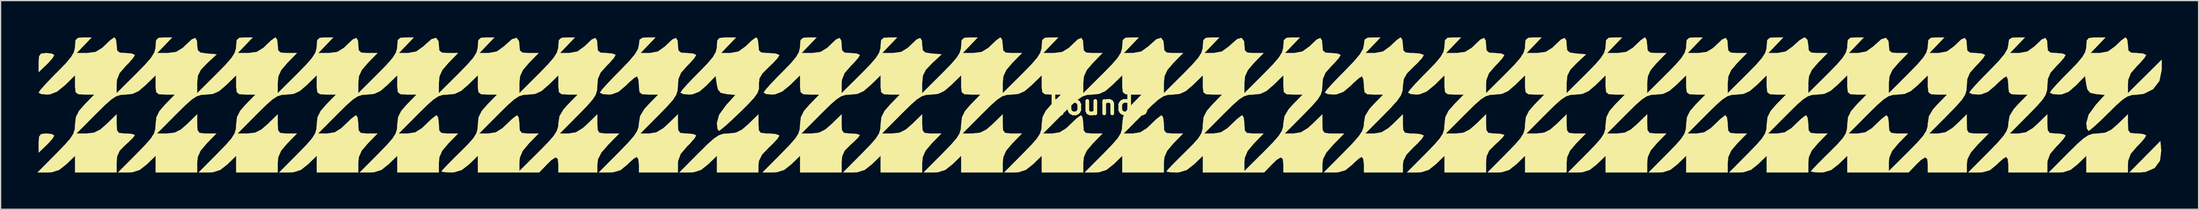
<source format=kicad_pcb>
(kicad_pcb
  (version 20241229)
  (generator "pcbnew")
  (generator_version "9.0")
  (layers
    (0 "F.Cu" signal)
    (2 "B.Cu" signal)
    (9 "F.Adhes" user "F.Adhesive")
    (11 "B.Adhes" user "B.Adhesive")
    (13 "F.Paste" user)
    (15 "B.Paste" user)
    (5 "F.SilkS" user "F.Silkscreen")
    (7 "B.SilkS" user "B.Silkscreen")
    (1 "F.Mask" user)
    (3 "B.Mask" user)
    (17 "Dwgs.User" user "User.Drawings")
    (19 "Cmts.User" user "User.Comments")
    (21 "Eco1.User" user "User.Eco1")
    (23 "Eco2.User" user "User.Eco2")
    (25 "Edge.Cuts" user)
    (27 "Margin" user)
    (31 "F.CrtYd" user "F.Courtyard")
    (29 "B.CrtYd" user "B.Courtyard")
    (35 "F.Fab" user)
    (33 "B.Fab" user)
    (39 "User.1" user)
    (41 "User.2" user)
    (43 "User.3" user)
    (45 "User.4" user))
  (footprint "hounds"
    (layer "F.Cu")
    (at 86.46 5.508)
    (property "Reference" "hounds" (at 0 0 0) (layer "F.SilkS") (effects (font (size 1.524 1.524) (thickness 0.3))))
    (attr through_hole)
    (fp_poly (pts (xy 86.533 3.719) (xy 86.432 4.549) (xy 85.996 5.143) (xy 85.264 5.461) (xy 84.795 5.503) (xy 83.939 5.503) (xy 85.202 4.224) (xy 86.466 2.945) (xy 86.533 3.719)) (stroke (width 0.01) (type solid)) (fill yes) (layer "F.SilkS"))
    (fp_poly (pts (xy -85.279 -4.183) (xy -85.09 -4.063) (xy -85.09 -4.061) (xy -85.23 -3.82) (xy -85.58 -3.424) (xy -85.725 -3.281) (xy -86.36 -2.672) (xy -86.36 -3.453) (xy -86.329 -3.968) (xy -86.168 -4.186) (xy -85.775 -4.233) (xy -85.725 -4.233) (xy -85.279 -4.183)) (stroke (width 0.01) (type solid)) (fill yes) (layer "F.SilkS"))
    (fp_poly (pts (xy -85.279 2.378) (xy -85.09 2.498) (xy -85.09 2.5) (xy -85.23 2.742) (xy -85.58 3.137) (xy -85.725 3.281) (xy -86.36 3.889) (xy -86.36 3.109) (xy -86.329 2.594) (xy -86.168 2.376) (xy -85.775 2.328) (xy -85.725 2.328) (xy -85.279 2.378)) (stroke (width 0.01) (type solid)) (fill yes) (layer "F.SilkS"))
    (fp_poly (pts (xy -27.728 1.545) (xy -27.705 2.046) (xy -27.554 2.269) (xy -27.152 2.326) (xy -26.882 2.328) (xy -26.351 2.37) (xy -26.057 2.473) (xy -26.035 2.515) (xy -26.18 2.751) (xy -26.553 3.156) (xy -26.882 3.467) (xy -27.442 4.056) (xy -27.695 4.569) (xy -27.728 4.868) (xy -27.728 5.503) (xy -31.115 5.503) (xy -31.115 4.15) (xy -31.813 4.827) (xy -32.406 5.296) (xy -33 5.485) (xy -33.342 5.503) (xy -34.174 5.503) (xy -32.597 3.916) (xy -31.871 3.199) (xy -31.351 2.737) (xy -30.953 2.474) (xy -30.595 2.356) (xy -30.191 2.328) (xy -30.177 2.328) (xy -29.577 2.263) (xy -29.07 2.013) (xy -28.531 1.545) (xy -27.728 0.761) (xy -27.728 1.545)) (stroke (width 0.01) (type solid)) (fill yes) (layer "F.SilkS"))
    (fp_poly (pts (xy 83.82 1.545) (xy 83.848 2.06) (xy 84.012 2.279) (xy 84.431 2.328) (xy 84.561 2.328) (xy 85.051 2.371) (xy 85.295 2.476) (xy 85.302 2.498) (xy 85.162 2.733) (xy 84.806 3.14) (xy 84.561 3.387) (xy 84.046 3.991) (xy 83.836 4.56) (xy 83.82 4.804) (xy 83.82 5.503) (xy 80.433 5.503) (xy 80.433 4.15) (xy 79.735 4.827) (xy 79.143 5.296) (xy 78.548 5.485) (xy 78.206 5.503) (xy 77.375 5.503) (xy 78.952 3.916) (xy 79.677 3.199) (xy 80.197 2.737) (xy 80.595 2.474) (xy 80.954 2.356) (xy 81.357 2.328) (xy 81.372 2.328) (xy 81.971 2.263) (xy 82.478 2.013) (xy 83.017 1.545) (xy 83.82 0.761) (xy 83.82 1.545)) (stroke (width 0.01) (type solid)) (fill yes) (layer "F.SilkS"))
    (fp_poly (pts (xy -30.163 -4.868) (xy -30.771 -4.233) (xy -30.03 -4.233) (xy -29.355 -4.359) (xy -28.757 -4.791) (xy -28.681 -4.868) (xy -28.263 -5.265) (xy -27.956 -5.487) (xy -27.9 -5.503) (xy -27.78 -5.319) (xy -27.728 -4.876) (xy -27.728 -4.868) (xy -27.695 -4.461) (xy -27.514 -4.28) (xy -27.063 -4.234) (xy -26.882 -4.233) (xy -26.351 -4.192) (xy -26.057 -4.088) (xy -26.035 -4.046) (xy -26.18 -3.811) (xy -26.554 -3.406) (xy -26.894 -3.083) (xy -27.411 -2.567) (xy -27.653 -2.155) (xy -27.694 -1.712) (xy -27.688 -1.639) (xy -27.692 -1.301) (xy -27.811 -0.971) (xy -28.097 -0.571) (xy -28.603 -0.026) (xy -29.209 0.573) (xy -29.879 1.211) (xy -30.442 1.721) (xy -30.827 2.04) (xy -30.955 2.117) (xy -31.068 1.933) (xy -31.115 1.489) (xy -31.115 1.482) (xy -30.929 0.798) (xy -30.362 0.015) (xy -29.61 -0.818) (xy -30.31 -0.885) (xy -30.804 -0.99) (xy -31.032 -1.271) (xy -31.115 -1.654) (xy -31.221 -2.356) (xy -31.95 -1.602) (xy -32.551 -1.083) (xy -33.107 -0.867) (xy -33.379 -0.847) (xy -33.852 -0.89) (xy -34.076 -0.997) (xy -34.078 -1.011) (xy -33.937 -1.221) (xy -33.557 -1.654) (xy -33.003 -2.236) (xy -32.597 -2.646) (xy -31.888 -3.372) (xy -31.442 -3.901) (xy -31.204 -4.313) (xy -31.119 -4.688) (xy -31.115 -4.81) (xy -31.082 -5.267) (xy -30.898 -5.46) (xy -30.438 -5.503) (xy -30.335 -5.503) (xy -29.554 -5.503) (xy -30.163 -4.868)) (stroke (width 0.01) (type solid)) (fill yes) (layer "F.SilkS"))
    (fp_poly (pts (xy 81.386 -4.868) (xy 80.777 -4.233) (xy 81.518 -4.233) (xy 82.193 -4.359) (xy 82.792 -4.791) (xy 82.868 -4.868) (xy 83.285 -5.265) (xy 83.593 -5.487) (xy 83.648 -5.503) (xy 83.769 -5.319) (xy 83.82 -4.876) (xy 83.82 -4.868) (xy 83.861 -4.442) (xy 84.071 -4.267) (xy 84.561 -4.233) (xy 85.051 -4.191) (xy 85.295 -4.085) (xy 85.302 -4.063) (xy 85.162 -3.828) (xy 84.806 -3.422) (xy 84.561 -3.175) (xy 84.059 -2.595) (xy 83.845 -2.05) (xy 83.82 -1.711) (xy 83.82 -0.965) (xy 85.196 -2.328) (xy 86.572 -3.692) (xy 86.572 -2.863) (xy 86.387 -1.963) (xy 85.877 -1.289) (xy 85.104 -0.905) (xy 84.574 -0.841) (xy 84.146 -0.811) (xy 83.774 -0.689) (xy 83.367 -0.419) (xy 82.836 0.058) (xy 82.245 0.641) (xy 81.604 1.269) (xy 81.067 1.764) (xy 80.707 2.061) (xy 80.605 2.117) (xy 80.484 1.933) (xy 80.433 1.489) (xy 80.433 1.482) (xy 80.619 0.798) (xy 81.186 0.015) (xy 81.938 -0.818) (xy 81.239 -0.885) (xy 80.745 -0.99) (xy 80.517 -1.271) (xy 80.433 -1.654) (xy 80.328 -2.356) (xy 79.598 -1.602) (xy 78.998 -1.083) (xy 78.441 -0.867) (xy 78.169 -0.847) (xy 77.696 -0.89) (xy 77.473 -0.997) (xy 77.47 -1.011) (xy 77.611 -1.221) (xy 77.991 -1.654) (xy 78.545 -2.236) (xy 78.952 -2.646) (xy 79.661 -3.372) (xy 80.106 -3.901) (xy 80.344 -4.313) (xy 80.429 -4.688) (xy 80.433 -4.81) (xy 80.466 -5.267) (xy 80.65 -5.46) (xy 81.11 -5.503) (xy 81.214 -5.503) (xy 81.994 -5.503) (xy 81.386 -4.868)) (stroke (width 0.01) (type solid)) (fill yes) (layer "F.SilkS"))
    (fp_poly (pts (xy -36.724 -4.868) (xy -37.333 -4.233) (xy -36.592 -4.233) (xy -35.917 -4.359) (xy -35.318 -4.791) (xy -35.242 -4.868) (xy -34.745 -5.338) (xy -34.451 -5.464) (xy -34.315 -5.247) (xy -34.29 -4.868) (xy -34.249 -4.442) (xy -34.039 -4.267) (xy -33.549 -4.233) (xy -33.059 -4.191) (xy -32.815 -4.085) (xy -32.808 -4.063) (xy -32.948 -3.828) (xy -33.304 -3.422) (xy -33.549 -3.175) (xy -34.032 -2.63) (xy -34.248 -2.122) (xy -34.29 -1.604) (xy -34.316 -1.187) (xy -34.432 -0.821) (xy -34.693 -0.419) (xy -35.154 0.106) (xy -35.819 0.789) (xy -37.349 2.328) (xy -36.622 2.328) (xy -36.041 2.232) (xy -35.479 1.893) (xy -35.093 1.545) (xy -34.29 0.761) (xy -34.29 1.545) (xy -34.262 2.06) (xy -34.098 2.279) (xy -33.679 2.328) (xy -33.549 2.328) (xy -33.059 2.371) (xy -32.815 2.476) (xy -32.808 2.498) (xy -32.948 2.733) (xy -33.304 3.14) (xy -33.549 3.387) (xy -34.064 3.991) (xy -34.274 4.56) (xy -34.29 4.804) (xy -34.29 5.503) (xy -37.465 5.503) (xy -37.465 4.868) (xy -37.515 4.422) (xy -37.635 4.233) (xy -37.637 4.233) (xy -37.879 4.373) (xy -38.274 4.723) (xy -38.417 4.868) (xy -38.97 5.321) (xy -39.578 5.492) (xy -39.881 5.503) (xy -40.736 5.503) (xy -39.1 3.858) (xy -38.361 3.096) (xy -37.88 2.544) (xy -37.606 2.126) (xy -37.486 1.764) (xy -37.465 1.486) (xy -37.369 0.905) (xy -37.03 0.343) (xy -36.681 -0.044) (xy -35.897 -0.847) (xy -36.681 -0.847) (xy -37.197 -0.875) (xy -37.415 -1.038) (xy -37.464 -1.457) (xy -37.465 -1.587) (xy -37.508 -2.077) (xy -37.613 -2.322) (xy -37.635 -2.328) (xy -37.87 -2.188) (xy -38.276 -1.832) (xy -38.523 -1.587) (xy -39.128 -1.073) (xy -39.696 -0.863) (xy -39.941 -0.847) (xy -40.414 -0.89) (xy -40.637 -0.996) (xy -40.64 -1.011) (xy -40.499 -1.219) (xy -40.116 -1.652) (xy -39.556 -2.243) (xy -39.053 -2.752) (xy -38.283 -3.546) (xy -37.792 -4.133) (xy -37.535 -4.575) (xy -37.465 -4.916) (xy -37.411 -5.325) (xy -37.164 -5.482) (xy -36.79 -5.503) (xy -36.116 -5.503) (xy -36.724 -4.868)) (stroke (width 0.01) (type solid)) (fill yes) (layer "F.SilkS"))
    (fp_poly (pts (xy 74.824 -4.868) (xy 74.216 -4.233) (xy 74.957 -4.233) (xy 75.632 -4.359) (xy 76.23 -4.791) (xy 76.306 -4.868) (xy 76.803 -5.338) (xy 77.098 -5.464) (xy 77.233 -5.247) (xy 77.258 -4.868) (xy 77.3 -4.442) (xy 77.509 -4.267) (xy 77.999 -4.233) (xy 78.489 -4.191) (xy 78.734 -4.085) (xy 78.74 -4.063) (xy 78.6 -3.828) (xy 78.244 -3.422) (xy 77.999 -3.175) (xy 77.516 -2.63) (xy 77.3 -2.122) (xy 77.258 -1.604) (xy 77.232 -1.187) (xy 77.116 -0.821) (xy 76.855 -0.419) (xy 76.394 0.106) (xy 75.729 0.789) (xy 74.2 2.328) (xy 74.926 2.328) (xy 75.507 2.232) (xy 76.069 1.893) (xy 76.456 1.545) (xy 77.258 0.761) (xy 77.258 1.545) (xy 77.286 2.06) (xy 77.45 2.279) (xy 77.869 2.328) (xy 77.999 2.328) (xy 78.489 2.371) (xy 78.734 2.476) (xy 78.74 2.498) (xy 78.6 2.733) (xy 78.244 3.14) (xy 77.999 3.387) (xy 77.484 3.991) (xy 77.274 4.56) (xy 77.258 4.804) (xy 77.258 5.503) (xy 74.083 5.503) (xy 74.083 4.868) (xy 74.033 4.422) (xy 73.913 4.233) (xy 73.911 4.233) (xy 73.67 4.373) (xy 73.274 4.723) (xy 73.131 4.868) (xy 72.579 5.321) (xy 71.97 5.492) (xy 71.667 5.503) (xy 70.812 5.503) (xy 72.448 3.858) (xy 73.188 3.096) (xy 73.668 2.544) (xy 73.942 2.126) (xy 74.063 1.764) (xy 74.083 1.486) (xy 74.179 0.905) (xy 74.518 0.343) (xy 74.867 -0.044) (xy 75.651 -0.847) (xy 74.867 -0.847) (xy 74.352 -0.875) (xy 74.133 -1.038) (xy 74.084 -1.457) (xy 74.083 -1.587) (xy 74.041 -2.077) (xy 73.935 -2.322) (xy 73.913 -2.328) (xy 73.678 -2.188) (xy 73.272 -1.832) (xy 73.025 -1.587) (xy 72.421 -1.073) (xy 71.852 -0.863) (xy 71.608 -0.847) (xy 71.135 -0.89) (xy 70.911 -0.996) (xy 70.908 -1.011) (xy 71.05 -1.219) (xy 71.432 -1.652) (xy 71.992 -2.243) (xy 72.496 -2.752) (xy 73.266 -3.546) (xy 73.756 -4.133) (xy 74.013 -4.575) (xy 74.083 -4.916) (xy 74.137 -5.325) (xy 74.385 -5.482) (xy 74.758 -5.503) (xy 75.433 -5.503) (xy 74.824 -4.868)) (stroke (width 0.01) (type solid)) (fill yes) (layer "F.SilkS"))
    (fp_poly (pts (xy 22.331 -4.868) (xy 21.722 -4.233) (xy 22.463 -4.233) (xy 23.138 -4.359) (xy 23.737 -4.791) (xy 23.812 -4.868) (xy 24.23 -5.265) (xy 24.538 -5.487) (xy 24.593 -5.503) (xy 24.714 -5.319) (xy 24.765 -4.876) (xy 24.765 -4.868) (xy 24.798 -4.461) (xy 24.98 -4.28) (xy 25.43 -4.234) (xy 25.612 -4.233) (xy 26.142 -4.192) (xy 26.437 -4.088) (xy 26.458 -4.046) (xy 26.313 -3.811) (xy 25.94 -3.406) (xy 25.612 -3.094) (xy 25.089 -2.565) (xy 24.835 -2.111) (xy 24.765 -1.578) (xy 24.765 -1.54) (xy 24.732 -1.143) (xy 24.596 -0.773) (xy 24.301 -0.348) (xy 23.793 0.218) (xy 23.236 0.789) (xy 21.706 2.328) (xy 22.433 2.328) (xy 23.014 2.232) (xy 23.576 1.893) (xy 23.962 1.545) (xy 24.765 0.761) (xy 24.765 1.545) (xy 24.788 2.046) (xy 24.94 2.269) (xy 25.341 2.326) (xy 25.612 2.328) (xy 26.142 2.37) (xy 26.437 2.473) (xy 26.458 2.515) (xy 26.313 2.751) (xy 25.94 3.156) (xy 25.612 3.467) (xy 25.052 4.056) (xy 24.799 4.569) (xy 24.765 4.868) (xy 24.765 5.503) (xy 21.59 5.503) (xy 21.59 4.868) (xy 21.54 4.422) (xy 21.42 4.233) (xy 21.418 4.233) (xy 21.176 4.373) (xy 20.781 4.723) (xy 20.637 4.868) (xy 20.085 5.321) (xy 19.477 5.492) (xy 19.174 5.503) (xy 18.319 5.503) (xy 19.955 3.858) (xy 20.694 3.096) (xy 21.175 2.544) (xy 21.449 2.126) (xy 21.569 1.764) (xy 21.59 1.486) (xy 21.686 0.905) (xy 22.025 0.343) (xy 22.374 -0.044) (xy 23.158 -0.847) (xy 22.374 -0.847) (xy 21.858 -0.875) (xy 21.64 -1.038) (xy 21.591 -1.457) (xy 21.59 -1.587) (xy 21.547 -2.077) (xy 21.442 -2.322) (xy 21.42 -2.328) (xy 21.185 -2.188) (xy 20.779 -1.832) (xy 20.532 -1.587) (xy 19.927 -1.073) (xy 19.359 -0.863) (xy 19.114 -0.847) (xy 18.641 -0.89) (xy 18.418 -0.996) (xy 18.415 -1.011) (xy 18.556 -1.219) (xy 18.939 -1.652) (xy 19.499 -2.243) (xy 20.003 -2.752) (xy 20.772 -3.546) (xy 21.263 -4.133) (xy 21.52 -4.575) (xy 21.59 -4.916) (xy 21.644 -5.325) (xy 21.891 -5.482) (xy 22.265 -5.503) (xy 22.939 -5.503) (xy 22.331 -4.868)) (stroke (width 0.01) (type solid)) (fill yes) (layer "F.SilkS"))
    (fp_poly (pts (xy -23.601 -4.868) (xy -24.209 -4.233) (xy -23.363 -4.233) (xy -22.671 -4.323) (xy -22.122 -4.659) (xy -21.907 -4.868) (xy -21.41 -5.338) (xy -21.116 -5.464) (xy -20.98 -5.247) (xy -20.955 -4.868) (xy -20.914 -4.442) (xy -20.704 -4.267) (xy -20.214 -4.233) (xy -19.724 -4.191) (xy -19.48 -4.085) (xy -19.473 -4.063) (xy -19.613 -3.828) (xy -19.969 -3.422) (xy -20.214 -3.175) (xy -20.716 -2.595) (xy -20.929 -2.051) (xy -20.955 -1.71) (xy -20.955 -0.963) (xy -19.367 -2.54) (xy -18.632 -3.291) (xy -18.16 -3.836) (xy -17.898 -4.253) (xy -17.791 -4.617) (xy -17.78 -4.81) (xy -17.739 -5.286) (xy -17.531 -5.473) (xy -17.105 -5.503) (xy -16.431 -5.503) (xy -17.039 -4.868) (xy -17.648 -4.233) (xy -16.801 -4.233) (xy -16.109 -4.323) (xy -15.561 -4.659) (xy -15.346 -4.868) (xy -14.848 -5.338) (xy -14.553 -5.465) (xy -14.418 -5.249) (xy -14.393 -4.881) (xy -14.349 -4.468) (xy -14.135 -4.275) (xy -13.626 -4.195) (xy -13.6 -4.193) (xy -12.806 -4.128) (xy -13.6 -3.388) (xy -14.1 -2.86) (xy -14.335 -2.389) (xy -14.393 -1.806) (xy -14.393 -0.963) (xy -12.806 -2.54) (xy -12.071 -3.291) (xy -11.598 -3.836) (xy -11.336 -4.253) (xy -11.23 -4.617) (xy -11.218 -4.81) (xy -11.177 -5.286) (xy -10.969 -5.473) (xy -10.544 -5.503) (xy -9.869 -5.503) (xy -10.477 -4.868) (xy -11.086 -4.233) (xy -10.239 -4.233) (xy -9.548 -4.323) (xy -8.999 -4.659) (xy -8.784 -4.868) (xy -8.366 -5.265) (xy -8.059 -5.487) (xy -8.004 -5.503) (xy -7.883 -5.319) (xy -7.832 -4.876) (xy -7.832 -4.868) (xy -7.794 -4.45) (xy -7.597 -4.272) (xy -7.115 -4.233) (xy -7.048 -4.233) (xy -6.264 -4.233) (xy -7.048 -3.431) (xy -7.545 -2.85) (xy -7.779 -2.339) (xy -7.832 -1.796) (xy -7.832 -0.963) (xy -6.244 -2.54) (xy -5.509 -3.291) (xy -5.037 -3.836) (xy -4.774 -4.253) (xy -4.668 -4.617) (xy -4.657 -4.81) (xy -4.616 -5.286) (xy -4.407 -5.473) (xy -3.982 -5.503) (xy -3.307 -5.503) (xy -3.916 -4.868) (xy -4.524 -4.233) (xy -3.678 -4.233) (xy -2.986 -4.323) (xy -2.437 -4.659) (xy -2.223 -4.868) (xy -1.725 -5.338) (xy -1.431 -5.464) (xy -1.295 -5.247) (xy -1.27 -4.868) (xy -1.232 -4.45) (xy -1.035 -4.272) (xy -0.553 -4.233) (xy -0.486 -4.233) (xy 0.298 -4.233) (xy -0.486 -3.431) (xy -0.984 -2.85) (xy -1.217 -2.339) (xy -1.27 -1.796) (xy -1.27 -0.963) (xy 0.318 -2.54) (xy 1.053 -3.291) (xy 1.525 -3.836) (xy 1.787 -4.253) (xy 1.894 -4.617) (xy 1.905 -4.81) (xy 1.946 -5.286) (xy 2.154 -5.473) (xy 2.58 -5.503) (xy 3.254 -5.503) (xy 2.646 -4.868) (xy 2.037 -4.233) (xy 2.778 -4.233) (xy 3.453 -4.359) (xy 4.052 -4.791) (xy 4.128 -4.868) (xy 4.688 -5.36) (xy 5.066 -5.472) (xy 5.261 -5.203) (xy 5.292 -4.868) (xy 5.329 -4.45) (xy 5.526 -4.272) (xy 6.008 -4.233) (xy 6.075 -4.233) (xy 6.859 -4.233) (xy 6.075 -3.431) (xy 5.578 -2.85) (xy 5.345 -2.339) (xy 5.292 -1.796) (xy 5.292 -0.963) (xy 6.879 -2.54) (xy 7.614 -3.291) (xy 8.087 -3.836) (xy 8.349 -4.253) (xy 8.455 -4.617) (xy 8.467 -4.81) (xy 8.508 -5.286) (xy 8.716 -5.473) (xy 9.141 -5.503) (xy 9.816 -5.503) (xy 9.207 -4.868) (xy 8.599 -4.233) (xy 9.34 -4.233) (xy 10.015 -4.359) (xy 10.613 -4.791) (xy 10.689 -4.868) (xy 11.25 -5.36) (xy 11.627 -5.472) (xy 11.823 -5.203) (xy 11.853 -4.868) (xy 11.891 -4.45) (xy 12.088 -4.272) (xy 12.57 -4.233) (xy 12.637 -4.233) (xy 13.421 -4.233) (xy 12.637 -3.431) (xy 12.14 -2.85) (xy 11.906 -2.339) (xy 11.853 -1.796) (xy 11.853 -0.964) (xy 13.438 -2.546) (xy 14.174 -3.302) (xy 14.647 -3.852) (xy 14.91 -4.274) (xy 15.015 -4.641) (xy 15.026 -4.815) (xy 15.069 -5.289) (xy 15.283 -5.474) (xy 15.703 -5.503) (xy 16.378 -5.503) (xy 15.769 -4.868) (xy 15.161 -4.233) (xy 15.902 -4.233) (xy 16.576 -4.359) (xy 17.175 -4.791) (xy 17.251 -4.868) (xy 17.748 -5.338) (xy 18.043 -5.464) (xy 18.178 -5.247) (xy 18.203 -4.868) (xy 18.245 -4.442) (xy 18.454 -4.267) (xy 18.944 -4.233) (xy 19.434 -4.191) (xy 19.679 -4.085) (xy 19.685 -4.063) (xy 19.545 -3.828) (xy 19.189 -3.422) (xy 18.944 -3.175) (xy 18.461 -2.63) (xy 18.245 -2.122) (xy 18.203 -1.604) (xy 18.177 -1.187) (xy 18.061 -0.821) (xy 17.8 -0.419) (xy 17.339 0.106) (xy 16.674 0.789) (xy 15.145 2.328) (xy 15.871 2.328) (xy 16.452 2.232) (xy 17.014 1.893) (xy 17.401 1.545) (xy 18.203 0.761) (xy 18.203 1.545) (xy 18.224 2.038) (xy 18.367 2.263) (xy 18.749 2.325) (xy 19.094 2.328) (xy 19.985 2.328) (xy 19.094 3.236) (xy 18.533 3.88) (xy 18.26 4.412) (xy 18.203 4.823) (xy 18.203 5.503) (xy 15.028 5.503) (xy 15.028 4.868) (xy 14.981 4.399) (xy 14.807 4.273) (xy 14.464 4.489) (xy 14.076 4.868) (xy 13.467 5.503) (xy 8.467 5.503) (xy 8.467 4.15) (xy 7.769 4.827) (xy 7.155 5.306) (xy 6.54 5.492) (xy 6.287 5.503) (xy 5.78 5.483) (xy 5.515 5.433) (xy 5.503 5.419) (xy 5.645 5.244) (xy 6.026 4.844) (xy 6.58 4.285) (xy 6.985 3.886) (xy 7.677 3.194) (xy 8.113 2.699) (xy 8.341 2.328) (xy 8.583 2.328) (xy 9.33 2.328) (xy 9.926 2.236) (xy 10.465 1.901) (xy 10.795 1.587) (xy 11.246 1.155) (xy 11.586 0.888) (xy 11.683 0.847) (xy 11.796 1.033) (xy 11.852 1.491) (xy 11.853 1.587) (xy 11.883 2.075) (xy 12.056 2.281) (xy 12.499 2.328) (xy 12.637 2.328) (xy 13.421 2.328) (xy 12.637 3.131) (xy 12.117 3.753) (xy 11.886 4.305) (xy 11.853 4.66) (xy 11.853 5.387) (xy 13.441 3.81) (xy 14.169 3.069) (xy 14.637 2.534) (xy 14.899 2.124) (xy 15.011 1.761) (xy 15.028 1.496) (xy 15.121 0.915) (xy 15.449 0.36) (xy 15.812 -0.044) (xy 16.596 -0.847) (xy 15.812 -0.847) (xy 15.297 -0.874) (xy 15.078 -1.04) (xy 15.029 -1.471) (xy 15.028 -1.63) (xy 15.028 -2.414) (xy 14.226 -1.63) (xy 13.648 -1.135) (xy 13.14 -0.901) (xy 12.58 -0.847) (xy 12.174 -0.821) (xy 11.815 -0.707) (xy 11.419 -0.449) (xy 10.905 0.006) (xy 10.187 0.714) (xy 10.16 0.741) (xy 8.583 2.328) (xy 8.341 2.328) (xy 8.352 2.311) (xy 8.45 1.942) (xy 8.467 1.598) (xy 8.532 1) (xy 8.784 0.492) (xy 9.25 -0.044) (xy 10.034 -0.847) (xy 9.25 -0.847) (xy 8.735 -0.874) (xy 8.517 -1.04) (xy 8.467 -1.471) (xy 8.467 -1.63) (xy 8.467 -2.414) (xy 7.664 -1.63) (xy 7.087 -1.135) (xy 6.578 -0.901) (xy 6.018 -0.847) (xy 5.612 -0.821) (xy 5.253 -0.707) (xy 4.858 -0.449) (xy 4.343 0.006) (xy 3.625 0.714) (xy 3.598 0.741) (xy 2.021 2.328) (xy 2.768 2.328) (xy 3.364 2.236) (xy 3.904 1.901) (xy 4.233 1.587) (xy 4.684 1.155) (xy 5.025 0.888) (xy 5.122 0.847) (xy 5.234 1.033) (xy 5.29 1.491) (xy 5.292 1.587) (xy 5.321 2.075) (xy 5.494 2.281) (xy 5.938 2.328) (xy 6.075 2.328) (xy 6.859 2.328) (xy 6.075 3.131) (xy 5.57 3.727) (xy 5.337 4.253) (xy 5.292 4.719) (xy 5.292 5.503) (xy 1.905 5.503) (xy 1.905 4.15) (xy 1.207 4.827) (xy 0.614 5.296) (xy 0.02 5.485) (xy -0.322 5.503) (xy -1.154 5.503) (xy 0.376 3.964) (xy 1.077 3.242) (xy 1.525 2.725) (xy 1.776 2.325) (xy 1.884 1.958) (xy 1.905 1.591) (xy 1.972 0.995) (xy 2.228 0.485) (xy 2.689 -0.044) (xy 3.473 -0.847) (xy 2.689 -0.847) (xy 2.174 -0.874) (xy 1.955 -1.04) (xy 1.906 -1.471) (xy 1.905 -1.63) (xy 1.905 -2.414) (xy 1.102 -1.63) (xy 0.525 -1.135) (xy 0.017 -0.901) (xy -0.543 -0.847) (xy -0.95 -0.821) (xy -1.309 -0.707) (xy -1.704 -0.449) (xy -2.219 0.006) (xy -2.937 0.714) (xy -2.963 0.741) (xy -4.54 2.328) (xy -3.793 2.328) (xy -3.198 2.236) (xy -2.658 1.901) (xy -2.328 1.587) (xy -1.877 1.155) (xy -1.537 0.888) (xy -1.44 0.847) (xy -1.328 1.033) (xy -1.271 1.491) (xy -1.27 1.587) (xy -1.24 2.075) (xy -1.067 2.281) (xy -0.624 2.328) (xy -0.486 2.328) (xy 0.298 2.328) (xy -0.486 3.131) (xy -0.992 3.727) (xy -1.225 4.253) (xy -1.27 4.719) (xy -1.27 5.503) (xy -4.657 5.503) (xy -4.657 4.15) (xy -5.355 4.827) (xy -5.947 5.296) (xy -6.542 5.485) (xy -6.884 5.503) (xy -7.715 5.503) (xy -6.186 3.964) (xy -5.485 3.242) (xy -5.036 2.725) (xy -4.786 2.325) (xy -4.678 1.958) (xy -4.657 1.591) (xy -4.59 0.995) (xy -4.334 0.485) (xy -3.873 -0.044) (xy -3.089 -0.847) (xy -3.873 -0.847) (xy -4.388 -0.874) (xy -4.607 -1.04) (xy -4.656 -1.471) (xy -4.657 -1.63) (xy -4.657 -2.414) (xy -5.459 -1.63) (xy -6.037 -1.135) (xy -6.545 -0.901) (xy -7.105 -0.847) (xy -7.511 -0.821) (xy -7.87 -0.707) (xy -8.266 -0.449) (xy -8.78 0.006) (xy -9.498 0.714) (xy -9.525 0.741) (xy -11.102 2.328) (xy -10.269 2.328) (xy -9.673 2.261) (xy -9.163 2.005) (xy -8.634 1.545) (xy -7.832 0.761) (xy -7.832 1.545) (xy -7.805 2.06) (xy -7.639 2.278) (xy -7.207 2.328) (xy -7.048 2.328) (xy -6.264 2.328) (xy -7.048 3.131) (xy -7.553 3.727) (xy -7.787 4.253) (xy -7.832 4.719) (xy -7.832 5.503) (xy -11.218 5.503) (xy -11.218 4.15) (xy -11.916 4.827) (xy -12.509 5.296) (xy -13.104 5.485) (xy -13.446 5.503) (xy -14.277 5.503) (xy -12.748 3.964) (xy -12.046 3.242) (xy -11.598 2.725) (xy -11.348 2.325) (xy -11.24 1.958) (xy -11.218 1.591) (xy -11.151 0.995) (xy -10.896 0.485) (xy -10.435 -0.044) (xy -9.651 -0.847) (xy -10.435 -0.847) (xy -10.95 -0.874) (xy -11.168 -1.04) (xy -11.218 -1.471) (xy -11.218 -1.63) (xy -11.218 -2.414) (xy -12.021 -1.63) (xy -12.598 -1.135) (xy -13.107 -0.901) (xy -13.667 -0.847) (xy -14.073 -0.821) (xy -14.432 -0.707) (xy -14.827 -0.449) (xy -15.342 0.006) (xy -16.06 0.714) (xy -16.087 0.741) (xy -17.664 2.328) (xy -16.831 2.328) (xy -16.234 2.261) (xy -15.724 2.005) (xy -15.196 1.545) (xy -14.393 0.761) (xy -14.393 1.545) (xy -14.366 2.06) (xy -14.2 2.278) (xy -13.769 2.328) (xy -13.61 2.328) (xy -12.826 2.328) (xy -13.61 3.131) (xy -14.115 3.727) (xy -14.348 4.253) (xy -14.393 4.719) (xy -14.393 5.503) (xy -17.78 5.503) (xy -17.78 4.15) (xy -18.478 4.827) (xy -19.071 5.296) (xy -19.665 5.485) (xy -20.007 5.503) (xy -20.839 5.503) (xy -19.309 3.964) (xy -18.608 3.242) (xy -18.16 2.725) (xy -17.909 2.325) (xy -17.801 1.958) (xy -17.78 1.591) (xy -17.713 0.995) (xy -17.457 0.485) (xy -16.996 -0.044) (xy -16.212 -0.847) (xy -16.996 -0.847) (xy -17.511 -0.874) (xy -17.73 -1.04) (xy -17.779 -1.471) (xy -17.78 -1.63) (xy -17.78 -2.414) (xy -18.583 -1.63) (xy -19.16 -1.135) (xy -19.668 -0.901) (xy -20.228 -0.847) (xy -20.635 -0.821) (xy -20.994 -0.707) (xy -21.389 -0.449) (xy -21.904 0.006) (xy -22.622 0.714) (xy -22.648 0.741) (xy -24.225 2.328) (xy -23.393 2.328) (xy -22.796 2.261) (xy -22.286 2.005) (xy -21.758 1.545) (xy -20.955 0.761) (xy -20.955 1.545) (xy -20.927 2.06) (xy -20.763 2.279) (xy -20.344 2.328) (xy -20.214 2.328) (xy -19.724 2.362) (xy -19.48 2.446) (xy -19.473 2.463) (xy -19.62 2.669) (xy -19.992 3.035) (xy -20.214 3.231) (xy -20.702 3.721) (xy -20.916 4.197) (xy -20.955 4.684) (xy -20.955 5.503) (xy -24.342 5.503) (xy -24.342 4.15) (xy -25.04 4.827) (xy -25.632 5.296) (xy -26.227 5.485) (xy -26.569 5.503) (xy -27.4 5.503) (xy -25.871 3.964) (xy -25.17 3.242) (xy -24.721 2.725) (xy -24.471 2.325) (xy -24.363 1.958) (xy -24.342 1.591) (xy -24.275 0.995) (xy -24.019 0.485) (xy -23.558 -0.044) (xy -22.774 -0.847) (xy -23.558 -0.847) (xy -24.073 -0.874) (xy -24.292 -1.04) (xy -24.341 -1.471) (xy -24.342 -1.63) (xy -24.342 -2.414) (xy -25.144 -1.63) (xy -25.797 -1.094) (xy -26.376 -0.866) (xy -26.626 -0.847) (xy -27.091 -0.891) (xy -27.304 -1) (xy -27.305 -1.011) (xy -27.164 -1.221) (xy -26.784 -1.654) (xy -26.23 -2.236) (xy -25.823 -2.646) (xy -25.114 -3.372) (xy -24.669 -3.901) (xy -24.431 -4.313) (xy -24.346 -4.688) (xy -24.342 -4.81) (xy -24.301 -5.286) (xy -24.093 -5.473) (xy -23.667 -5.503) (xy -22.992 -5.503) (xy -23.601 -4.868)) (stroke (width 0.01) (type solid)) (fill yes) (layer "F.SilkS"))
    (fp_poly (pts (xy 28.892 -4.868) (xy 28.284 -4.233) (xy 29.131 -4.233) (xy 29.822 -4.323) (xy 30.371 -4.659) (xy 30.586 -4.868) (xy 31.083 -5.338) (xy 31.378 -5.464) (xy 31.513 -5.247) (xy 31.538 -4.868) (xy 31.58 -4.442) (xy 31.789 -4.267) (xy 32.279 -4.233) (xy 32.769 -4.191) (xy 33.014 -4.085) (xy 33.02 -4.063) (xy 32.88 -3.828) (xy 32.524 -3.422) (xy 32.279 -3.175) (xy 31.778 -2.595) (xy 31.564 -2.051) (xy 31.538 -1.71) (xy 31.538 -0.963) (xy 33.126 -2.54) (xy 33.861 -3.291) (xy 34.333 -3.836) (xy 34.596 -4.253) (xy 34.702 -4.617) (xy 34.713 -4.81) (xy 34.754 -5.286) (xy 34.963 -5.473) (xy 35.388 -5.503) (xy 36.063 -5.503) (xy 35.454 -4.868) (xy 34.846 -4.233) (xy 35.692 -4.233) (xy 36.384 -4.323) (xy 36.933 -4.659) (xy 37.148 -4.868) (xy 37.645 -5.338) (xy 37.94 -5.465) (xy 38.076 -5.249) (xy 38.1 -4.881) (xy 38.144 -4.468) (xy 38.358 -4.275) (xy 38.867 -4.195) (xy 38.894 -4.193) (xy 39.688 -4.128) (xy 38.894 -3.388) (xy 38.394 -2.86) (xy 38.159 -2.389) (xy 38.1 -1.806) (xy 38.1 -0.963) (xy 39.688 -2.54) (xy 40.423 -3.291) (xy 40.895 -3.836) (xy 41.157 -4.253) (xy 41.264 -4.617) (xy 41.275 -4.81) (xy 41.316 -5.286) (xy 41.524 -5.473) (xy 41.95 -5.503) (xy 42.624 -5.503) (xy 42.016 -4.868) (xy 41.407 -4.233) (xy 42.254 -4.233) (xy 42.946 -4.323) (xy 43.494 -4.659) (xy 43.709 -4.868) (xy 44.127 -5.265) (xy 44.434 -5.487) (xy 44.49 -5.503) (xy 44.61 -5.319) (xy 44.662 -4.876) (xy 44.662 -4.868) (xy 44.699 -4.45) (xy 44.896 -4.272) (xy 45.378 -4.233) (xy 45.445 -4.233) (xy 46.229 -4.233) (xy 45.445 -3.431) (xy 44.948 -2.85) (xy 44.715 -2.339) (xy 44.662 -1.796) (xy 44.662 -0.963) (xy 46.249 -2.54) (xy 46.984 -3.291) (xy 47.457 -3.836) (xy 47.719 -4.253) (xy 47.825 -4.617) (xy 47.837 -4.81) (xy 47.878 -5.286) (xy 48.086 -5.473) (xy 48.511 -5.503) (xy 49.186 -5.503) (xy 48.578 -4.868) (xy 47.969 -4.233) (xy 48.816 -4.233) (xy 49.507 -4.323) (xy 50.056 -4.659) (xy 50.271 -4.868) (xy 50.768 -5.338) (xy 51.063 -5.464) (xy 51.198 -5.247) (xy 51.223 -4.868) (xy 51.261 -4.45) (xy 51.458 -4.272) (xy 51.94 -4.233) (xy 52.007 -4.233) (xy 52.791 -4.233) (xy 52.007 -3.431) (xy 51.51 -2.85) (xy 51.276 -2.339) (xy 51.223 -1.796) (xy 51.223 -0.963) (xy 52.811 -2.54) (xy 53.546 -3.291) (xy 54.018 -3.836) (xy 54.281 -4.253) (xy 54.387 -4.617) (xy 54.398 -4.81) (xy 54.439 -5.286) (xy 54.648 -5.473) (xy 55.073 -5.503) (xy 55.748 -5.503) (xy 55.139 -4.868) (xy 54.531 -4.233) (xy 55.272 -4.233) (xy 55.947 -4.359) (xy 56.545 -4.791) (xy 56.621 -4.868) (xy 57.066 -5.268) (xy 57.433 -5.488) (xy 57.507 -5.503) (xy 57.715 -5.314) (xy 57.785 -4.868) (xy 57.823 -4.45) (xy 58.02 -4.272) (xy 58.502 -4.233) (xy 58.569 -4.233) (xy 59.353 -4.233) (xy 58.569 -3.431) (xy 58.071 -2.85) (xy 57.838 -2.339) (xy 57.785 -1.796) (xy 57.785 -0.963) (xy 59.373 -2.54) (xy 60.108 -3.291) (xy 60.58 -3.836) (xy 60.842 -4.253) (xy 60.949 -4.617) (xy 60.96 -4.81) (xy 61.001 -5.286) (xy 61.209 -5.473) (xy 61.635 -5.503) (xy 62.309 -5.503) (xy 61.701 -4.868) (xy 61.092 -4.233) (xy 61.833 -4.233) (xy 62.508 -4.359) (xy 63.107 -4.791) (xy 63.182 -4.868) (xy 63.743 -5.36) (xy 64.121 -5.472) (xy 64.316 -5.203) (xy 64.347 -4.868) (xy 64.384 -4.45) (xy 64.581 -4.272) (xy 65.063 -4.233) (xy 65.13 -4.233) (xy 65.914 -4.233) (xy 65.13 -3.431) (xy 64.633 -2.85) (xy 64.4 -2.339) (xy 64.347 -1.796) (xy 64.347 -0.964) (xy 65.931 -2.546) (xy 66.668 -3.302) (xy 67.141 -3.852) (xy 67.403 -4.274) (xy 67.509 -4.641) (xy 67.519 -4.815) (xy 67.563 -5.289) (xy 67.776 -5.474) (xy 68.196 -5.503) (xy 68.871 -5.503) (xy 68.263 -4.868) (xy 67.654 -4.233) (xy 68.395 -4.233) (xy 69.07 -4.359) (xy 69.668 -4.791) (xy 69.744 -4.868) (xy 70.242 -5.338) (xy 70.536 -5.464) (xy 70.672 -5.247) (xy 70.697 -4.868) (xy 70.738 -4.442) (xy 70.947 -4.267) (xy 71.438 -4.233) (xy 71.927 -4.191) (xy 72.172 -4.085) (xy 72.178 -4.063) (xy 72.038 -3.828) (xy 71.682 -3.422) (xy 71.438 -3.175) (xy 70.955 -2.63) (xy 70.738 -2.122) (xy 70.697 -1.604) (xy 70.67 -1.187) (xy 70.554 -0.821) (xy 70.294 -0.419) (xy 69.833 0.106) (xy 69.167 0.789) (xy 67.638 2.328) (xy 68.365 2.328) (xy 68.945 2.232) (xy 69.508 1.893) (xy 69.894 1.545) (xy 70.697 0.761) (xy 70.697 1.545) (xy 70.718 2.038) (xy 70.86 2.263) (xy 71.243 2.325) (xy 71.587 2.328) (xy 72.478 2.328) (xy 71.587 3.236) (xy 71.027 3.88) (xy 70.753 4.412) (xy 70.697 4.823) (xy 70.697 5.503) (xy 67.522 5.503) (xy 67.522 4.868) (xy 67.474 4.399) (xy 67.301 4.273) (xy 66.957 4.489) (xy 66.569 4.868) (xy 65.961 5.503) (xy 60.96 5.503) (xy 60.96 4.15) (xy 60.262 4.827) (xy 59.649 5.306) (xy 59.033 5.492) (xy 58.78 5.503) (xy 58.274 5.483) (xy 58.008 5.433) (xy 57.997 5.419) (xy 58.138 5.244) (xy 58.519 4.844) (xy 59.074 4.285) (xy 59.478 3.886) (xy 60.17 3.194) (xy 60.606 2.699) (xy 60.834 2.328) (xy 61.076 2.328) (xy 61.823 2.328) (xy 62.419 2.236) (xy 62.959 1.901) (xy 63.288 1.587) (xy 63.739 1.155) (xy 64.08 0.888) (xy 64.177 0.847) (xy 64.289 1.033) (xy 64.345 1.491) (xy 64.347 1.587) (xy 64.376 2.075) (xy 64.549 2.281) (xy 64.993 2.328) (xy 65.13 2.328) (xy 65.914 2.328) (xy 65.13 3.131) (xy 64.611 3.753) (xy 64.379 4.305) (xy 64.347 4.66) (xy 64.347 5.387) (xy 65.934 3.81) (xy 66.662 3.069) (xy 67.13 2.534) (xy 67.393 2.124) (xy 67.504 1.761) (xy 67.522 1.496) (xy 67.614 0.915) (xy 67.942 0.36) (xy 68.305 -0.044) (xy 69.089 -0.847) (xy 68.305 -0.847) (xy 67.79 -0.874) (xy 67.572 -1.04) (xy 67.522 -1.471) (xy 67.522 -1.63) (xy 67.522 -2.414) (xy 66.719 -1.63) (xy 66.142 -1.135) (xy 65.633 -0.901) (xy 65.073 -0.847) (xy 64.667 -0.821) (xy 64.308 -0.707) (xy 63.913 -0.449) (xy 63.398 0.006) (xy 62.68 0.714) (xy 62.653 0.741) (xy 61.076 2.328) (xy 60.834 2.328) (xy 60.845 2.311) (xy 60.943 1.942) (xy 60.96 1.598) (xy 61.025 1) (xy 61.277 0.492) (xy 61.744 -0.044) (xy 62.528 -0.847) (xy 61.744 -0.847) (xy 61.229 -0.874) (xy 61.01 -1.04) (xy 60.961 -1.471) (xy 60.96 -1.63) (xy 60.96 -2.414) (xy 60.157 -1.63) (xy 59.58 -1.135) (xy 59.072 -0.901) (xy 58.512 -0.847) (xy 58.105 -0.821) (xy 57.746 -0.707) (xy 57.351 -0.449) (xy 56.836 0.006) (xy 56.118 0.714) (xy 56.092 0.741) (xy 54.515 2.328) (xy 55.262 2.328) (xy 55.857 2.236) (xy 56.397 1.901) (xy 56.727 1.587) (xy 57.178 1.155) (xy 57.518 0.888) (xy 57.615 0.847) (xy 57.727 1.033) (xy 57.784 1.491) (xy 57.785 1.587) (xy 57.815 2.075) (xy 57.988 2.281) (xy 58.431 2.328) (xy 58.569 2.328) (xy 59.353 2.328) (xy 58.569 3.131) (xy 58.063 3.727) (xy 57.83 4.253) (xy 57.785 4.719) (xy 57.785 5.503) (xy 54.398 5.503) (xy 54.398 4.15) (xy 53.7 4.827) (xy 53.108 5.296) (xy 52.513 5.485) (xy 52.171 5.503) (xy 51.34 5.503) (xy 52.869 3.964) (xy 53.57 3.242) (xy 54.019 2.725) (xy 54.269 2.325) (xy 54.377 1.958) (xy 54.398 1.591) (xy 54.465 0.995) (xy 54.721 0.485) (xy 55.182 -0.044) (xy 55.966 -0.847) (xy 55.182 -0.847) (xy 54.667 -0.874) (xy 54.448 -1.04) (xy 54.399 -1.471) (xy 54.398 -1.63) (xy 54.398 -2.414) (xy 53.596 -1.63) (xy 53.018 -1.135) (xy 52.51 -0.901) (xy 51.95 -0.847) (xy 51.544 -0.821) (xy 51.185 -0.707) (xy 50.789 -0.449) (xy 50.275 0.006) (xy 49.557 0.714) (xy 49.53 0.741) (xy 47.953 2.328) (xy 48.7 2.328) (xy 49.296 2.236) (xy 49.835 1.901) (xy 50.165 1.587) (xy 50.616 1.155) (xy 50.956 0.888) (xy 51.053 0.847) (xy 51.166 1.033) (xy 51.222 1.491) (xy 51.223 1.587) (xy 51.253 2.075) (xy 51.426 2.281) (xy 51.869 2.328) (xy 52.007 2.328) (xy 52.791 2.328) (xy 52.007 3.131) (xy 51.502 3.727) (xy 51.268 4.253) (xy 51.223 4.719) (xy 51.223 5.503) (xy 47.837 5.503) (xy 47.837 4.15) (xy 47.139 4.827) (xy 46.546 5.296) (xy 45.951 5.485) (xy 45.609 5.503) (xy 44.778 5.503) (xy 46.307 3.964) (xy 47.009 3.242) (xy 47.457 2.725) (xy 47.707 2.325) (xy 47.815 1.958) (xy 47.837 1.591) (xy 47.904 0.995) (xy 48.159 0.485) (xy 48.62 -0.044) (xy 49.404 -0.847) (xy 48.62 -0.847) (xy 48.105 -0.874) (xy 47.887 -1.04) (xy 47.837 -1.471) (xy 47.837 -1.63) (xy 47.837 -2.414) (xy 47.034 -1.63) (xy 46.457 -1.135) (xy 45.948 -0.901) (xy 45.388 -0.847) (xy 44.982 -0.821) (xy 44.623 -0.707) (xy 44.228 -0.449) (xy 43.713 0.006) (xy 42.995 0.714) (xy 42.968 0.741) (xy 41.391 2.328) (xy 42.224 2.328) (xy 42.821 2.261) (xy 43.331 2.005) (xy 43.859 1.545) (xy 44.662 0.761) (xy 44.662 1.545) (xy 44.689 2.06) (xy 44.855 2.278) (xy 45.286 2.328) (xy 45.445 2.328) (xy 46.229 2.328) (xy 45.445 3.131) (xy 44.94 3.727) (xy 44.707 4.253) (xy 44.662 4.719) (xy 44.662 5.503) (xy 41.275 5.503) (xy 41.275 4.15) (xy 40.577 4.827) (xy 39.984 5.296) (xy 39.39 5.485) (xy 39.048 5.503) (xy 38.216 5.503) (xy 39.746 3.964) (xy 40.447 3.242) (xy 40.895 2.725) (xy 41.146 2.325) (xy 41.254 1.958) (xy 41.275 1.591) (xy 41.342 0.995) (xy 41.598 0.485) (xy 42.059 -0.044) (xy 42.843 -0.847) (xy 42.059 -0.847) (xy 41.544 -0.874) (xy 41.325 -1.04) (xy 41.276 -1.471) (xy 41.275 -1.63) (xy 41.275 -2.414) (xy 40.472 -1.63) (xy 39.895 -1.135) (xy 39.387 -0.901) (xy 38.827 -0.847) (xy 38.42 -0.821) (xy 38.061 -0.707) (xy 37.666 -0.449) (xy 37.151 0.006) (xy 36.433 0.714) (xy 36.407 0.741) (xy 34.83 2.328) (xy 35.662 2.328) (xy 36.259 2.261) (xy 36.769 2.005) (xy 37.297 1.545) (xy 38.1 0.761) (xy 38.1 1.545) (xy 38.127 2.06) (xy 38.293 2.278) (xy 38.724 2.328) (xy 38.884 2.328) (xy 39.668 2.328) (xy 38.884 3.131) (xy 38.378 3.727) (xy 38.145 4.253) (xy 38.1 4.719) (xy 38.1 5.503) (xy 34.713 5.503) (xy 34.713 4.15) (xy 34.015 4.827) (xy 33.423 5.296) (xy 32.828 5.485) (xy 32.486 5.503) (xy 31.655 5.503) (xy 33.184 3.964) (xy 33.885 3.242) (xy 34.334 2.725) (xy 34.584 2.325) (xy 34.692 1.958) (xy 34.713 1.591) (xy 34.78 0.995) (xy 35.036 0.485) (xy 35.497 -0.044) (xy 36.281 -0.847) (xy 35.497 -0.847) (xy 34.982 -0.874) (xy 34.763 -1.04) (xy 34.714 -1.471) (xy 34.713 -1.63) (xy 34.713 -2.414) (xy 33.911 -1.63) (xy 33.333 -1.135) (xy 32.825 -0.901) (xy 32.265 -0.847) (xy 31.859 -0.821) (xy 31.5 -0.707) (xy 31.104 -0.449) (xy 30.59 0.006) (xy 29.872 0.714) (xy 29.845 0.741) (xy 28.268 2.328) (xy 29.101 2.328) (xy 29.697 2.261) (xy 30.207 2.005) (xy 30.736 1.545) (xy 31.538 0.761) (xy 31.538 1.545) (xy 31.566 2.06) (xy 31.73 2.279) (xy 32.149 2.328) (xy 32.279 2.328) (xy 32.769 2.362) (xy 33.014 2.446) (xy 33.02 2.463) (xy 32.873 2.669) (xy 32.501 3.035) (xy 32.279 3.231) (xy 31.791 3.721) (xy 31.577 4.197) (xy 31.538 4.684) (xy 31.538 5.503) (xy 28.152 5.503) (xy 28.152 4.15) (xy 27.454 4.827) (xy 26.861 5.296) (xy 26.266 5.485) (xy 25.924 5.503) (xy 25.093 5.503) (xy 26.622 3.964) (xy 27.324 3.242) (xy 27.772 2.725) (xy 28.022 2.325) (xy 28.13 1.958) (xy 28.152 1.591) (xy 28.219 0.995) (xy 28.474 0.485) (xy 28.935 -0.044) (xy 29.719 -0.847) (xy 28.935 -0.847) (xy 28.42 -0.874) (xy 28.202 -1.04) (xy 28.152 -1.471) (xy 28.152 -1.63) (xy 28.152 -2.414) (xy 27.349 -1.63) (xy 26.697 -1.094) (xy 26.117 -0.866) (xy 25.867 -0.847) (xy 25.403 -0.891) (xy 25.19 -1) (xy 25.188 -1.011) (xy 25.33 -1.221) (xy 25.71 -1.654) (xy 26.264 -2.236) (xy 26.67 -2.646) (xy 27.379 -3.372) (xy 27.825 -3.901) (xy 28.062 -4.313) (xy 28.148 -4.688) (xy 28.152 -4.81) (xy 28.192 -5.286) (xy 28.401 -5.473) (xy 28.826 -5.503) (xy 29.501 -5.503) (xy 28.892 -4.868)) (stroke (width 0.01) (type solid)) (fill yes) (layer "F.SilkS"))
    (fp_poly (pts (xy -82.656 -4.868) (xy -83.264 -4.233) (xy -82.418 -4.233) (xy -81.726 -4.323) (xy -81.177 -4.659) (xy -80.963 -4.868) (xy -80.545 -5.265) (xy -80.237 -5.487) (xy -80.182 -5.503) (xy -80.061 -5.319) (xy -80.01 -4.876) (xy -80.01 -4.868) (xy -79.969 -4.442) (xy -79.759 -4.267) (xy -79.269 -4.233) (xy -78.779 -4.191) (xy -78.535 -4.085) (xy -78.528 -4.063) (xy -78.668 -3.828) (xy -79.024 -3.422) (xy -79.269 -3.175) (xy -79.771 -2.595) (xy -79.984 -2.051) (xy -80.01 -1.71) (xy -80.01 -0.963) (xy -78.422 -2.54) (xy -77.687 -3.291) (xy -77.215 -3.836) (xy -76.953 -4.253) (xy -76.846 -4.617) (xy -76.835 -4.81) (xy -76.794 -5.286) (xy -76.586 -5.473) (xy -76.16 -5.503) (xy -75.486 -5.503) (xy -76.094 -4.868) (xy -76.703 -4.233) (xy -75.856 -4.233) (xy -75.164 -4.323) (xy -74.616 -4.659) (xy -74.401 -4.868) (xy -73.903 -5.338) (xy -73.608 -5.465) (xy -73.473 -5.249) (xy -73.448 -4.881) (xy -73.404 -4.468) (xy -73.19 -4.275) (xy -72.681 -4.195) (xy -72.655 -4.193) (xy -71.861 -4.128) (xy -72.655 -3.388) (xy -73.155 -2.86) (xy -73.39 -2.389) (xy -73.448 -1.806) (xy -73.448 -0.963) (xy -71.861 -2.54) (xy -71.126 -3.291) (xy -70.653 -3.836) (xy -70.391 -4.253) (xy -70.285 -4.617) (xy -70.273 -4.81) (xy -70.232 -5.286) (xy -70.024 -5.473) (xy -69.599 -5.503) (xy -68.924 -5.503) (xy -69.532 -4.868) (xy -70.141 -4.233) (xy -69.294 -4.233) (xy -68.603 -4.323) (xy -68.054 -4.659) (xy -67.839 -4.868) (xy -67.421 -5.265) (xy -67.114 -5.487) (xy -67.059 -5.503) (xy -66.938 -5.319) (xy -66.887 -4.876) (xy -66.887 -4.868) (xy -66.849 -4.45) (xy -66.652 -4.272) (xy -66.17 -4.233) (xy -66.103 -4.233) (xy -65.319 -4.233) (xy -66.103 -3.431) (xy -66.6 -2.85) (xy -66.834 -2.339) (xy -66.887 -1.796) (xy -66.887 -0.963) (xy -65.299 -2.54) (xy -64.564 -3.291) (xy -64.092 -3.836) (xy -63.829 -4.253) (xy -63.723 -4.617) (xy -63.712 -4.81) (xy -63.671 -5.286) (xy -63.462 -5.473) (xy -63.037 -5.503) (xy -62.362 -5.503) (xy -62.971 -4.868) (xy -63.579 -4.233) (xy -62.733 -4.233) (xy -62.041 -4.323) (xy -61.492 -4.659) (xy -61.278 -4.868) (xy -60.78 -5.338) (xy -60.486 -5.464) (xy -60.35 -5.247) (xy -60.325 -4.868) (xy -60.287 -4.45) (xy -60.09 -4.272) (xy -59.608 -4.233) (xy -59.541 -4.233) (xy -58.757 -4.233) (xy -59.541 -3.431) (xy -60.039 -2.85) (xy -60.272 -2.339) (xy -60.325 -1.796) (xy -60.325 -0.963) (xy -58.737 -2.54) (xy -58.002 -3.291) (xy -57.53 -3.836) (xy -57.268 -4.253) (xy -57.161 -4.617) (xy -57.15 -4.81) (xy -57.109 -5.286) (xy -56.901 -5.473) (xy -56.475 -5.503) (xy -55.801 -5.503) (xy -56.409 -4.868) (xy -57.018 -4.233) (xy -56.277 -4.233) (xy -55.602 -4.359) (xy -55.003 -4.791) (xy -54.928 -4.868) (xy -54.367 -5.36) (xy -53.989 -5.472) (xy -53.794 -5.203) (xy -53.763 -4.868) (xy -53.726 -4.45) (xy -53.529 -4.272) (xy -53.047 -4.233) (xy -52.98 -4.233) (xy -52.196 -4.233) (xy -52.98 -3.431) (xy -53.477 -2.85) (xy -53.71 -2.339) (xy -53.763 -1.796) (xy -53.763 -0.963) (xy -52.176 -2.54) (xy -51.441 -3.291) (xy -50.968 -3.836) (xy -50.706 -4.253) (xy -50.6 -4.617) (xy -50.588 -4.81) (xy -50.547 -5.286) (xy -50.339 -5.473) (xy -49.914 -5.503) (xy -49.239 -5.503) (xy -49.847 -4.868) (xy -50.456 -4.233) (xy -49.715 -4.233) (xy -49.04 -4.359) (xy -48.442 -4.791) (xy -48.366 -4.868) (xy -47.805 -5.36) (xy -47.428 -5.472) (xy -47.232 -5.203) (xy -47.202 -4.868) (xy -47.164 -4.45) (xy -46.967 -4.272) (xy -46.485 -4.233) (xy -46.418 -4.233) (xy -45.634 -4.233) (xy -46.418 -3.431) (xy -46.915 -2.85) (xy -47.149 -2.339) (xy -47.202 -1.796) (xy -47.202 -0.964) (xy -45.617 -2.546) (xy -44.881 -3.302) (xy -44.408 -3.852) (xy -44.145 -4.274) (xy -44.04 -4.641) (xy -44.029 -4.815) (xy -43.986 -5.289) (xy -43.772 -5.474) (xy -43.352 -5.503) (xy -42.677 -5.503) (xy -43.286 -4.868) (xy -43.894 -4.233) (xy -43.153 -4.233) (xy -42.478 -4.359) (xy -41.88 -4.791) (xy -41.804 -4.868) (xy -41.307 -5.338) (xy -41.012 -5.464) (xy -40.877 -5.247) (xy -40.852 -4.868) (xy -40.81 -4.442) (xy -40.601 -4.267) (xy -40.111 -4.233) (xy -39.621 -4.191) (xy -39.376 -4.085) (xy -39.37 -4.063) (xy -39.51 -3.828) (xy -39.866 -3.422) (xy -40.111 -3.175) (xy -40.594 -2.63) (xy -40.81 -2.122) (xy -40.852 -1.604) (xy -40.878 -1.187) (xy -40.994 -0.821) (xy -41.255 -0.419) (xy -41.716 0.106) (xy -42.381 0.789) (xy -43.91 2.328) (xy -43.184 2.328) (xy -42.603 2.232) (xy -42.041 1.893) (xy -41.654 1.545) (xy -40.852 0.761) (xy -40.852 1.545) (xy -40.831 2.038) (xy -40.688 2.263) (xy -40.306 2.325) (xy -39.961 2.328) (xy -39.07 2.328) (xy -39.961 3.236) (xy -40.522 3.88) (xy -40.795 4.412) (xy -40.852 4.823) (xy -40.852 5.503) (xy -44.027 5.503) (xy -44.027 4.868) (xy -44.074 4.399) (xy -44.248 4.273) (xy -44.591 4.489) (xy -44.979 4.868) (xy -45.588 5.503) (xy -50.588 5.503) (xy -50.588 4.15) (xy -51.286 4.827) (xy -51.9 5.306) (xy -52.515 5.492) (xy -52.768 5.503) (xy -53.275 5.483) (xy -53.54 5.433) (xy -53.552 5.419) (xy -53.41 5.244) (xy -53.029 4.844) (xy -52.475 4.285) (xy -52.07 3.886) (xy -51.378 3.194) (xy -50.942 2.699) (xy -50.714 2.328) (xy -50.472 2.328) (xy -49.725 2.328) (xy -49.129 2.236) (xy -48.59 1.901) (xy -48.26 1.587) (xy -47.809 1.155) (xy -47.469 0.888) (xy -47.372 0.847) (xy -47.259 1.033) (xy -47.203 1.491) (xy -47.202 1.587) (xy -47.172 2.075) (xy -46.999 2.281) (xy -46.556 2.328) (xy -46.418 2.328) (xy -45.634 2.328) (xy -46.418 3.131) (xy -46.938 3.753) (xy -47.169 4.305) (xy -47.202 4.66) (xy -47.202 5.387) (xy -45.614 3.81) (xy -44.886 3.069) (xy -44.418 2.534) (xy -44.156 2.124) (xy -44.044 1.761) (xy -44.027 1.496) (xy -43.934 0.915) (xy -43.606 0.36) (xy -43.243 -0.044) (xy -42.459 -0.847) (xy -43.243 -0.847) (xy -43.758 -0.874) (xy -43.977 -1.04) (xy -44.026 -1.471) (xy -44.027 -1.63) (xy -44.027 -2.414) (xy -44.829 -1.63) (xy -45.407 -1.135) (xy -45.915 -0.901) (xy -46.475 -0.847) (xy -46.881 -0.821) (xy -47.24 -0.707) (xy -47.636 -0.449) (xy -48.15 0.006) (xy -48.868 0.714) (xy -48.895 0.741) (xy -50.472 2.328) (xy -50.714 2.328) (xy -50.703 2.311) (xy -50.605 1.942) (xy -50.588 1.598) (xy -50.523 1) (xy -50.271 0.492) (xy -49.805 -0.044) (xy -49.021 -0.847) (xy -49.805 -0.847) (xy -50.32 -0.874) (xy -50.538 -1.04) (xy -50.588 -1.471) (xy -50.588 -1.63) (xy -50.588 -2.414) (xy -51.391 -1.63) (xy -51.968 -1.135) (xy -52.477 -0.901) (xy -53.037 -0.847) (xy -53.443 -0.821) (xy -53.802 -0.707) (xy -54.197 -0.449) (xy -54.712 0.006) (xy -55.43 0.714) (xy -55.457 0.741) (xy -57.034 2.328) (xy -56.287 2.328) (xy -55.691 2.236) (xy -55.151 1.901) (xy -54.822 1.587) (xy -54.371 1.155) (xy -54.03 0.888) (xy -53.933 0.847) (xy -53.821 1.033) (xy -53.765 1.491) (xy -53.763 1.587) (xy -53.734 2.075) (xy -53.561 2.281) (xy -53.117 2.328) (xy -52.98 2.328) (xy -52.196 2.328) (xy -52.98 3.131) (xy -53.485 3.727) (xy -53.718 4.253) (xy -53.763 4.719) (xy -53.763 5.503) (xy -57.15 5.503) (xy -57.15 4.827) (xy -57.15 4.15) (xy -57.848 4.827) (xy -58.441 5.296) (xy -59.035 5.485) (xy -59.377 5.503) (xy -60.209 5.503) (xy -58.679 3.964) (xy -57.978 3.242) (xy -57.53 2.725) (xy -57.279 2.325) (xy -57.171 1.958) (xy -57.15 1.591) (xy -57.083 0.995) (xy -56.827 0.485) (xy -56.366 -0.044) (xy -55.582 -0.847) (xy -56.366 -0.847) (xy -56.881 -0.874) (xy -57.1 -1.04) (xy -57.149 -1.471) (xy -57.15 -1.63) (xy -57.15 -2.414) (xy -57.953 -1.63) (xy -58.53 -1.135) (xy -59.038 -0.901) (xy -59.598 -0.847) (xy -60.005 -0.821) (xy -60.364 -0.707) (xy -60.759 -0.449) (xy -61.274 0.006) (xy -61.992 0.714) (xy -62.018 0.741) (xy -63.595 2.328) (xy -62.848 2.328) (xy -62.253 2.236) (xy -61.713 1.901) (xy -61.383 1.587) (xy -60.932 1.155) (xy -60.592 0.888) (xy -60.495 0.847) (xy -60.383 1.033) (xy -60.326 1.491) (xy -60.325 1.587) (xy -60.295 2.075) (xy -60.122 2.281) (xy -59.679 2.328) (xy -59.541 2.328) (xy -58.757 2.328) (xy -59.541 3.131) (xy -60.047 3.727) (xy -60.28 4.253) (xy -60.325 4.719) (xy -60.325 5.503) (xy -63.712 5.503) (xy -63.712 4.15) (xy -64.41 4.827) (xy -65.002 5.296) (xy -65.597 5.485) (xy -65.939 5.503) (xy -66.77 5.503) (xy -65.241 3.964) (xy -64.54 3.242) (xy -64.091 2.725) (xy -63.841 2.325) (xy -63.733 1.958) (xy -63.712 1.591) (xy -63.645 0.995) (xy -63.389 0.485) (xy -62.928 -0.044) (xy -62.144 -0.847) (xy -62.928 -0.847) (xy -63.443 -0.874) (xy -63.662 -1.04) (xy -63.711 -1.471) (xy -63.712 -1.63) (xy -63.712 -2.414) (xy -64.514 -1.63) (xy -65.092 -1.135) (xy -65.6 -0.901) (xy -66.16 -0.847) (xy -66.566 -0.821) (xy -66.925 -0.707) (xy -67.321 -0.449) (xy -67.835 0.006) (xy -68.553 0.714) (xy -68.58 0.741) (xy -70.157 2.328) (xy -69.324 2.328) (xy -68.728 2.261) (xy -68.218 2.005) (xy -67.689 1.545) (xy -66.887 0.761) (xy -66.887 1.545) (xy -66.86 2.06) (xy -66.694 2.278) (xy -66.262 2.328) (xy -66.103 2.328) (xy -65.319 2.328) (xy -66.103 3.131) (xy -66.608 3.727) (xy -66.842 4.253) (xy -66.887 4.719) (xy -66.887 5.503) (xy -70.273 5.503) (xy -70.273 4.15) (xy -70.971 4.827) (xy -71.564 5.296) (xy -72.159 5.485) (xy -72.501 5.503) (xy -73.332 5.503) (xy -71.803 3.964) (xy -71.101 3.242) (xy -70.653 2.725) (xy -70.403 2.325) (xy -70.295 1.958) (xy -70.273 1.591) (xy -70.206 0.995) (xy -69.951 0.485) (xy -69.49 -0.044) (xy -68.706 -0.847) (xy -69.49 -0.847) (xy -70.005 -0.874) (xy -70.223 -1.04) (xy -70.273 -1.471) (xy -70.273 -1.63) (xy -70.273 -2.414) (xy -71.076 -1.63) (xy -71.653 -1.135) (xy -72.162 -0.901) (xy -72.722 -0.847) (xy -73.128 -0.821) (xy -73.487 -0.707) (xy -73.882 -0.449) (xy -74.397 0.006) (xy -75.115 0.714) (xy -75.142 0.741) (xy -76.719 2.328) (xy -75.886 2.328) (xy -75.289 2.261) (xy -74.779 2.005) (xy -74.251 1.545) (xy -73.448 0.761) (xy -73.448 1.545) (xy -73.421 2.06) (xy -73.255 2.278) (xy -72.824 2.328) (xy -72.665 2.328) (xy -71.881 2.328) (xy -72.665 3.131) (xy -73.17 3.727) (xy -73.403 4.253) (xy -73.448 4.719) (xy -73.448 5.503) (xy -76.835 5.503) (xy -76.835 4.15) (xy -77.533 4.827) (xy -78.126 5.296) (xy -78.72 5.485) (xy -79.062 5.503) (xy -79.894 5.503) (xy -78.364 3.964) (xy -77.663 3.242) (xy -77.215 2.725) (xy -76.964 2.325) (xy -76.856 1.958) (xy -76.835 1.591) (xy -76.768 0.995) (xy -76.512 0.485) (xy -76.051 -0.044) (xy -75.267 -0.847) (xy -76.051 -0.847) (xy -76.566 -0.874) (xy -76.785 -1.04) (xy -76.834 -1.471) (xy -76.835 -1.63) (xy -76.835 -2.414) (xy -77.638 -1.63) (xy -78.215 -1.135) (xy -78.723 -0.901) (xy -79.283 -0.847) (xy -79.69 -0.821) (xy -80.049 -0.707) (xy -80.444 -0.449) (xy -80.959 0.006) (xy -81.677 0.714) (xy -81.703 0.741) (xy -83.28 2.328) (xy -82.448 2.328) (xy -81.851 2.261) (xy -81.341 2.005) (xy -80.813 1.545) (xy -80.01 0.761) (xy -80.01 1.545) (xy -79.982 2.06) (xy -79.818 2.279) (xy -79.399 2.328) (xy -79.269 2.328) (xy -78.779 2.362) (xy -78.535 2.446) (xy -78.528 2.463) (xy -78.675 2.669) (xy -79.047 3.035) (xy -79.269 3.231) (xy -79.757 3.721) (xy -79.971 4.197) (xy -80.01 4.684) (xy -80.01 5.503) (xy -83.397 5.503) (xy -83.397 4.15) (xy -84.095 4.827) (xy -84.687 5.296) (xy -85.282 5.485) (xy -85.624 5.503) (xy -86.455 5.503) (xy -84.926 3.964) (xy -84.225 3.242) (xy -83.776 2.725) (xy -83.526 2.325) (xy -83.418 1.958) (xy -83.397 1.591) (xy -83.33 0.995) (xy -83.074 0.485) (xy -82.613 -0.044) (xy -81.829 -0.847) (xy -82.613 -0.847) (xy -83.128 -0.874) (xy -83.347 -1.04) (xy -83.396 -1.471) (xy -83.397 -1.63) (xy -83.397 -2.414) (xy -84.199 -1.63) (xy -84.852 -1.094) (xy -85.431 -0.866) (xy -85.681 -0.847) (xy -86.146 -0.891) (xy -86.359 -1) (xy -86.36 -1.011) (xy -86.219 -1.221) (xy -85.839 -1.654) (xy -85.285 -2.236) (xy -84.878 -2.646) (xy -84.169 -3.372) (xy -83.724 -3.901) (xy -83.486 -4.313) (xy -83.401 -4.688) (xy -83.397 -4.81) (xy -83.356 -5.286) (xy -83.148 -5.473) (xy -82.722 -5.503) (xy -82.047 -5.503) (xy -82.656 -4.868)) (stroke (width 0.01) (type solid)) (fill yes) (layer "F.SilkS")))
  (gr_rect
    (start -3 -3)
    (end 176.037 14.017)
    (stroke (width 0.1) (type default))
    (fill no)
    (layer "Edge.Cuts")))
</source>
